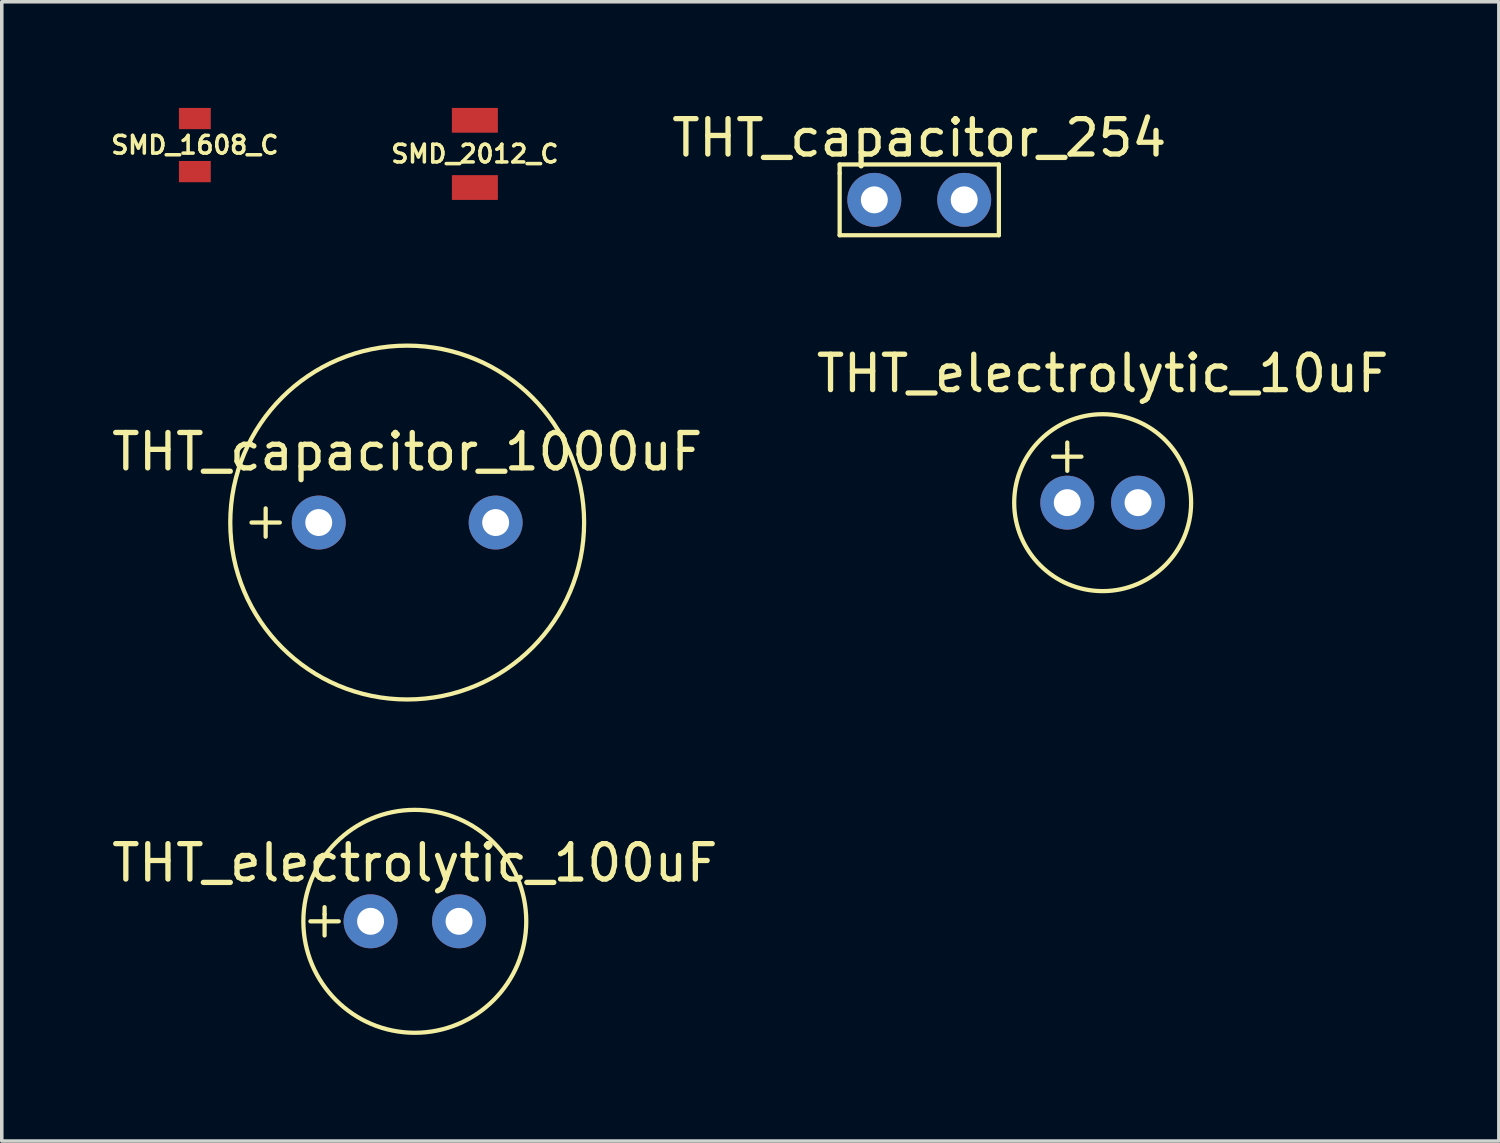
<source format=kicad_pcb>
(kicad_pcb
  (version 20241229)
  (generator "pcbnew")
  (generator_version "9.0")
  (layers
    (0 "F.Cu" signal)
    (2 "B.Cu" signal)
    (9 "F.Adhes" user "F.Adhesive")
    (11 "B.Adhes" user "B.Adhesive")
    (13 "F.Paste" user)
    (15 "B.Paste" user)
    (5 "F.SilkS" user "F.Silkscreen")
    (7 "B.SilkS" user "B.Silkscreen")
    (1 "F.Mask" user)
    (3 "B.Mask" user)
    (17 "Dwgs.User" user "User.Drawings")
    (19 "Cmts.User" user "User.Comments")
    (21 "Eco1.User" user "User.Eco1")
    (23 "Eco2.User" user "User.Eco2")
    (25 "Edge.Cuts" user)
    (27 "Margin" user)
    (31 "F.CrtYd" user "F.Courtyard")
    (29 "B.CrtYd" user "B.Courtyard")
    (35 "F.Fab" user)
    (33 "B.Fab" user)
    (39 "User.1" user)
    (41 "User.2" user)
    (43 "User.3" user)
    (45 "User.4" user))
  (footprint "THT_electrolytic_100uF"
    (layer "F.Cu")
    (at 8.673 22.988)
    (property "Reference" "THT_electrolytic_100uF" (at 0 -1.65 0) (layer "F.SilkS") (effects (font (size 1 1) (thickness 0.15))))
    (attr through_hole)
    (fp_line (start -2.55 -0.4) (end -2.55 -0.2) (stroke (width 0.12) (type solid)) (layer "F.SilkS"))
    (fp_line (start -2.55 0.4) (end -2.55 -0.2) (stroke (width 0.12) (type solid)) (layer "F.SilkS"))
    (fp_line (start -2.15 0) (end -2.95 0) (stroke (width 0.12) (type solid)) (layer "F.SilkS"))
    (fp_circle (center 0 0) (end 3.15 0) (stroke (width 0.12) (type solid)) (fill no) (layer "F.SilkS"))
    (pad "1" thru_hole circle (at -1.25 0) (size 1.524 1.524) (drill 0.762) (layers "*.Cu" "*.Mask"))
    (pad "2" thru_hole circle (at 1.25 0) (size 1.524 1.524) (drill 0.762) (layers "*.Cu" "*.Mask")))
  (footprint "SMD_2012_C"
    (layer "F.Cu")
    (at 10.371 1.3)
    (property "Reference" "SMD_2012_C" (at 0 0 0) (layer "F.SilkS") (effects (font (size 0.5 0.5) (thickness 0.1))))
    (attr through_hole)
    (pad "1" smd rect (at 0 -0.95) (size 1.3 0.7) (layers "F.Cu" "F.Mask" "F.Paste"))
    (pad "2" smd rect (at 0 0.95) (size 1.3 0.7) (layers "F.Cu" "F.Mask" "F.Paste")))
  (footprint "SMD_1608_C"
    (layer "F.Cu")
    (at 2.457 1.05)
    (property "Reference" "SMD_1608_C" (at 0 0 0) (layer "F.SilkS") (effects (font (size 0.5 0.5) (thickness 0.1))))
    (attr through_hole)
    (pad "1" smd rect (at 0 -0.75) (size 0.9 0.6) (layers "F.Cu" "F.Mask" "F.Paste"))
    (pad "2" smd rect (at 0 0.75) (size 0.9 0.6) (layers "F.Cu" "F.Mask" "F.Paste")))
  (footprint "THT_capacitor_1000uF"
    (layer "F.Cu")
    (at 8.458 11.718)
    (property "Reference" "THT_capacitor_1000uF" (at 0 -2 0) (layer "F.SilkS") (effects (font (size 1 1) (thickness 0.15))))
    (attr through_hole)
    (fp_line (start -4 0.4) (end -4 -0.4) (stroke (width 0.12) (type solid)) (layer "F.SilkS"))
    (fp_line (start -3.6 0) (end -4.4 0) (stroke (width 0.12) (type solid)) (layer "F.SilkS"))
    (fp_circle (center 0 0) (end 5 0) (stroke (width 0.12) (type solid)) (fill no) (layer "F.SilkS"))
    (pad "1" thru_hole circle (at -2.5 0) (size 1.524 1.524) (drill 0.762) (layers "*.Cu" "*.Mask"))
    (pad "2" thru_hole circle (at 2.5 0) (size 1.524 1.524) (drill 0.762) (layers "*.Cu" "*.Mask")))
  (footprint "THT_electrolytic_10uF"
    (layer "F.Cu")
    (at 28.113 11.156)
    (property "Reference" "THT_electrolytic_10uF" (at 0 -3.65 0) (layer "F.SilkS") (effects (font (size 1 1) (thickness 0.15))))
    (attr through_hole)
    (fp_line (start -1 -1.7) (end -1 -1.5) (stroke (width 0.12) (type solid)) (layer "F.SilkS"))
    (fp_line (start -1 -0.9) (end -1 -1.5) (stroke (width 0.12) (type solid)) (layer "F.SilkS"))
    (fp_line (start -0.6 -1.3) (end -1.4 -1.3) (stroke (width 0.12) (type solid)) (layer "F.SilkS"))
    (fp_circle (center 0 0) (end 2.5 0) (stroke (width 0.12) (type solid)) (fill no) (layer "F.SilkS"))
    (pad "1" thru_hole circle (at -1 0) (size 1.524 1.524) (drill 0.762) (layers "*.Cu" "*.Mask"))
    (pad "2" thru_hole circle (at 1 0) (size 1.524 1.524) (drill 0.762) (layers "*.Cu" "*.Mask")))
  (footprint "THT_capacitor_254"
    (layer "F.Cu")
    (at 22.93 2.598)
    (property "Reference" "THT_capacitor_254" (at 0 -1.75 0) (layer "F.SilkS") (effects (font (size 1 1) (thickness 0.15))))
    (attr through_hole)
    (fp_line (start -2.25 -1) (end -2.25 -0.75) (stroke (width 0.12) (type solid)) (layer "F.SilkS"))
    (fp_line (start -2.25 -0.75) (end -2.25 1) (stroke (width 0.12) (type solid)) (layer "F.SilkS"))
    (fp_line (start -2.25 1) (end 2.25 1) (stroke (width 0.12) (type solid)) (layer "F.SilkS"))
    (fp_line (start 2.25 -1) (end -2.25 -1) (stroke (width 0.12) (type solid)) (layer "F.SilkS"))
    (fp_line (start 2.25 1) (end 2.25 -1) (stroke (width 0.12) (type solid)) (layer "F.SilkS"))
    (pad "1" thru_hole circle (at -1.27 0) (size 1.524 1.524) (drill 0.762) (layers "*.Cu" "*.Mask"))
    (pad "2" thru_hole circle (at 1.27 0) (size 1.524 1.524) (drill 0.762) (layers "*.Cu" "*.Mask")))
  (gr_rect
    (start -3 -3)
    (end 39.31 29.198)
    (stroke (width 0.1) (type default))
    (fill no)
    (layer "Edge.Cuts")))
</source>
